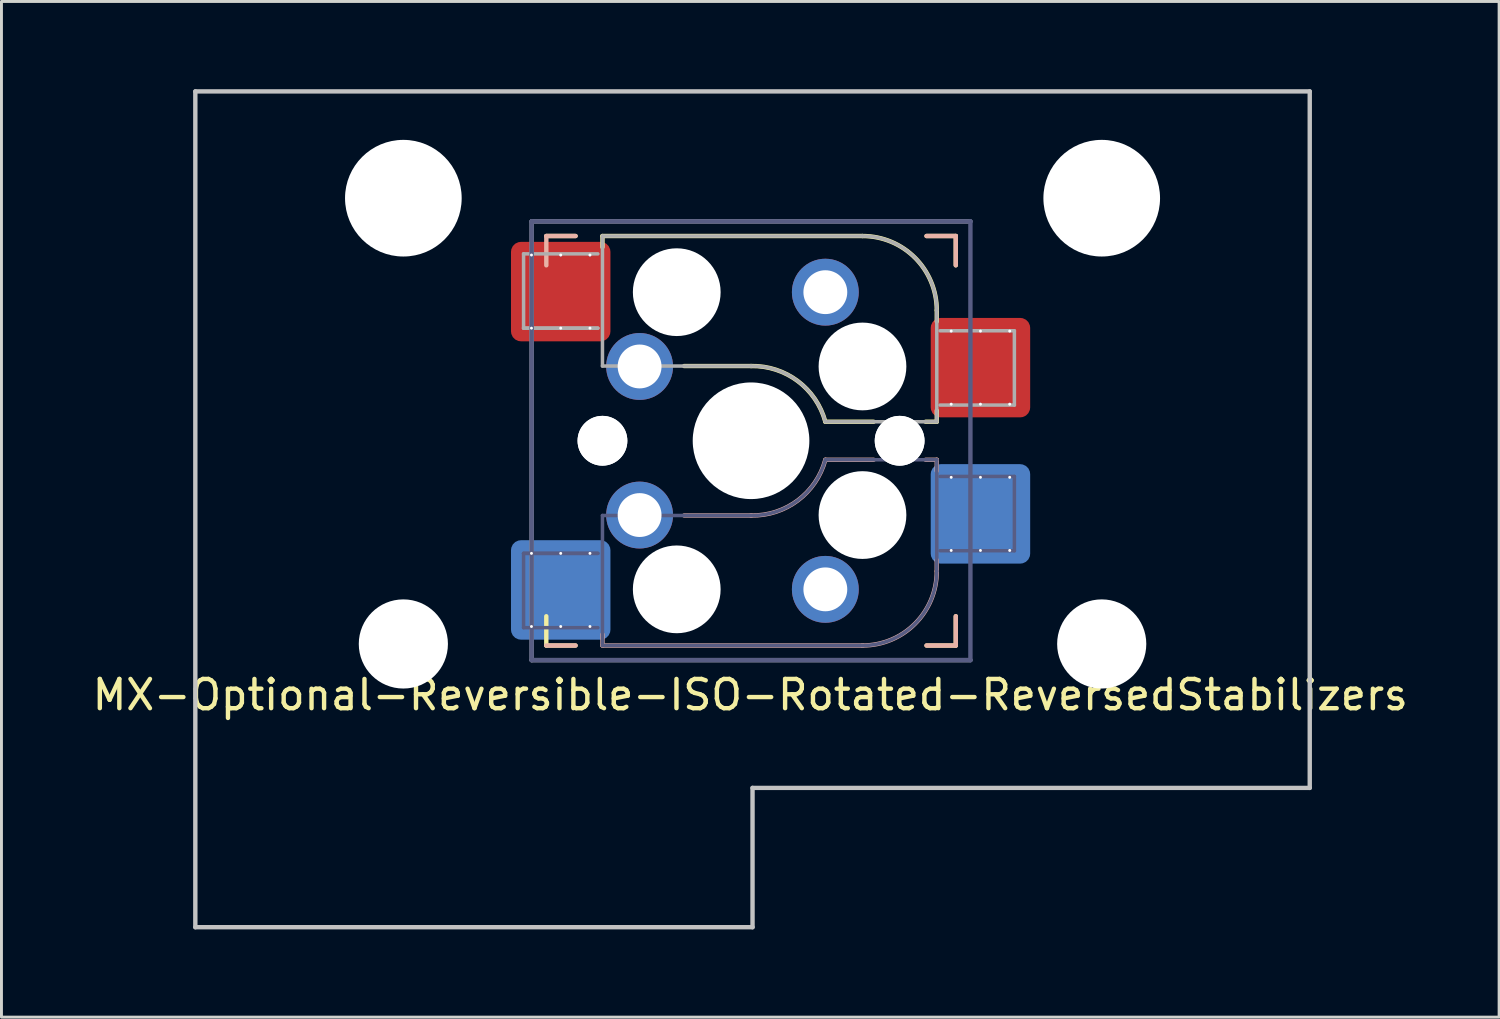
<source format=kicad_pcb>
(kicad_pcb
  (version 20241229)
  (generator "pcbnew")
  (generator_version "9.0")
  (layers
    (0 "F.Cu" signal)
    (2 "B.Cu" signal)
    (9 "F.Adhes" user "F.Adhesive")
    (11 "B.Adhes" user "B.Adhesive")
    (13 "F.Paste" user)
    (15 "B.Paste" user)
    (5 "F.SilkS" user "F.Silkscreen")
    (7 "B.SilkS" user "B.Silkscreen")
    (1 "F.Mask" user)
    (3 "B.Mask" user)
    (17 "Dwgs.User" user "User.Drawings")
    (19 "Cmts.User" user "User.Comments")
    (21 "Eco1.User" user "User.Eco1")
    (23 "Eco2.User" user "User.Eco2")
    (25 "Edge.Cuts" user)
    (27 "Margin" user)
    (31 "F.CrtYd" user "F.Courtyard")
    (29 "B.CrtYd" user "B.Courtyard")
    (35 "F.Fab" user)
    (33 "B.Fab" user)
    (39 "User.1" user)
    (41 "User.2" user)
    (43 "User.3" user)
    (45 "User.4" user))
  (footprint "MX-Optional-Reversible-ISO-Rotated-ReversedStabilizers"
    (layer "F.Cu")
    (at 22.678 11.981)
    (property "Reference" "MX-Optional-Reversible-ISO-Rotated-ReversedStabilizers" (at -0.077 8.726 180) (layer "F.SilkS") (effects (font (size 1 1) (thickness 0.15))))
    (attr smd)
    (fp_rect (start -8.258 -6.062) (end -4.858 -4.062) (stroke (width 0.1) (type solid)) (fill yes) (layer "F.Mask"))
    (fp_rect (start 6.092 -3.462) (end 9.492 -1.462) (stroke (width 0.1) (type solid)) (fill yes) (layer "F.Mask"))
    (fp_rect (start -4.858 4.138) (end -8.258 6.138) (stroke (width 0.1) (type solid)) (fill yes) (layer "B.Mask"))
    (fp_rect (start 9.492 1.538) (end 6.092 3.538) (stroke (width 0.1) (type solid)) (fill yes) (layer "B.Mask"))
    (fp_line (start -7.051 -6.962) (end -6.051 -6.962) (stroke (width 0.15) (type solid)) (layer "F.SilkS"))
    (fp_line (start -7.051 7.038) (end -7.051 6.038) (stroke (width 0.15) (type solid)) (layer "F.SilkS"))
    (fp_line (start -6.051 7.038) (end -7.051 7.038) (stroke (width 0.15) (type solid)) (layer "F.SilkS"))
    (fp_line (start -5.131 -6.581) (end -5.131 -6.962) (stroke (width 0.15) (type solid)) (layer "F.SilkS"))
    (fp_line (start -2.337 -2.517) (end -0.051 -2.517) (stroke (width 0.15) (type solid)) (layer "F.SilkS"))
    (fp_line (start 2.489 -0.612) (end 4.14 -0.612) (stroke (width 0.15) (type solid)) (layer "F.SilkS"))
    (fp_line (start 3.759 -6.962) (end -5.131 -6.962) (stroke (width 0.15) (type solid)) (layer "F.SilkS"))
    (fp_line (start 5.918 -0.612) (end 6.299 -0.612) (stroke (width 0.15) (type solid)) (layer "F.SilkS"))
    (fp_line (start 5.949 -6.962) (end 6.949 -6.962) (stroke (width 0.15) (type solid)) (layer "F.SilkS"))
    (fp_line (start 6.299 -4.041) (end 6.299 -4.422) (stroke (width 0.15) (type solid)) (layer "F.SilkS"))
    (fp_line (start 6.299 -0.612) (end 6.299 -0.993) (stroke (width 0.15) (type solid)) (layer "F.SilkS"))
    (fp_line (start 6.949 -6.962) (end 6.949 -5.962) (stroke (width 0.15) (type solid)) (layer "F.SilkS"))
    (fp_line (start 6.949 6.038) (end 6.949 7.038) (stroke (width 0.15) (type solid)) (layer "F.SilkS"))
    (fp_line (start 6.949 7.038) (end 5.949 7.038) (stroke (width 0.15) (type solid)) (layer "F.SilkS"))
    (fp_arc (start -0.05085 -2.51696) (mid 1.54712 -2.001754) (end 2.48915 -0.61196) (stroke (width 0.15) (type solid)) (layer "F.SilkS"))
    (fp_arc (start 3.75915 -6.96196) (mid 5.555201 -6.218011) (end 6.29915 -4.42196) (stroke (width 0.15) (type solid)) (layer "F.SilkS"))
    (fp_line (start -7.051 -6.962) (end -6.051 -6.962) (stroke (width 0.15) (type solid)) (layer "B.SilkS"))
    (fp_line (start -7.05 -6.96) (end -7.05 -5.96) (stroke (width 0.15) (type solid)) (layer "B.SilkS"))
    (fp_line (start -6.051 7.038) (end -7.051 7.038) (stroke (width 0.15) (type solid)) (layer "B.SilkS"))
    (fp_line (start -5.131 7.038) (end -5.131 6.657) (stroke (width 0.15) (type solid)) (layer "B.SilkS"))
    (fp_line (start -5.131 7.038) (end 3.759 7.038) (stroke (width 0.15) (type solid)) (layer "B.SilkS"))
    (fp_line (start -0.051 2.593) (end -2.337 2.593) (stroke (width 0.15) (type solid)) (layer "B.SilkS"))
    (fp_line (start 4.14 0.688) (end 2.489 0.688) (stroke (width 0.15) (type solid)) (layer "B.SilkS"))
    (fp_line (start 5.949 -6.962) (end 6.949 -6.962) (stroke (width 0.15) (type solid)) (layer "B.SilkS"))
    (fp_line (start 6.299 0.688) (end 5.918 0.688) (stroke (width 0.15) (type solid)) (layer "B.SilkS"))
    (fp_line (start 6.299 1.069) (end 6.299 0.688) (stroke (width 0.15) (type solid)) (layer "B.SilkS"))
    (fp_line (start 6.299 4.498) (end 6.299 4.117) (stroke (width 0.15) (type solid)) (layer "B.SilkS"))
    (fp_line (start 6.949 -6.962) (end 6.949 -5.962) (stroke (width 0.15) (type solid)) (layer "B.SilkS"))
    (fp_line (start 6.949 6.038) (end 6.949 7.038) (stroke (width 0.15) (type solid)) (layer "B.SilkS"))
    (fp_line (start 6.949 7.038) (end 5.949 7.038) (stroke (width 0.15) (type solid)) (layer "B.SilkS"))
    (fp_arc (start 2.48915 0.68804) (mid 1.547119 2.077831) (end -0.05085 2.59304) (stroke (width 0.15) (type solid)) (layer "B.SilkS"))
    (fp_arc (start 6.29915 4.49804) (mid 5.555201 6.294091) (end 3.75915 7.03804) (stroke (width 0.15) (type solid)) (layer "B.SilkS"))
    (fp_line (start -19.05 -11.906) (end 19.05 -11.906) (stroke (width 0.15) (type solid)) (layer "Dwgs.User"))
    (fp_line (start -19.05 16.669) (end -19.05 -11.906) (stroke (width 0.15) (type solid)) (layer "Dwgs.User"))
    (fp_line (start -19.05 16.669) (end 0 16.669) (stroke (width 0.15) (type solid)) (layer "Dwgs.User"))
    (fp_line (start 0 11.906) (end 0 16.669) (stroke (width 0.15) (type solid)) (layer "Dwgs.User"))
    (fp_line (start 19.05 11.906) (end 0 11.906) (stroke (width 0.15) (type solid)) (layer "Dwgs.User"))
    (fp_line (start 19.05 11.906) (end 19.05 -11.906) (stroke (width 0.15) (type solid)) (layer "Dwgs.User"))
    (fp_line (start -6.951 6.938) (end 6.849 6.938) (stroke (width 0.15) (type solid)) (layer "Eco2.User"))
    (fp_line (start -6.95 -6.86) (end -6.95 6.94) (stroke (width 0.15) (type solid)) (layer "Eco2.User"))
    (fp_line (start 6.848 6.94) (end 6.848 -6.86) (stroke (width 0.15) (type solid)) (layer "Eco2.User"))
    (fp_line (start 6.849 -6.862) (end -6.951 -6.862) (stroke (width 0.15) (type solid)) (layer "Eco2.User"))
    (fp_line (start -7.828 3.888) (end -7.828 6.428) (stroke (width 0.12) (type solid)) (layer "B.Fab"))
    (fp_line (start -7.828 6.428) (end -5.288 6.428) (stroke (width 0.12) (type solid)) (layer "B.Fab"))
    (fp_line (start -7.551 -7.462) (end 7.449 -7.462) (stroke (width 0.15) (type solid)) (layer "B.Fab"))
    (fp_line (start -7.551 7.538) (end -7.551 -7.462) (stroke (width 0.15) (type solid)) (layer "B.Fab"))
    (fp_line (start -5.288 3.888) (end -7.828 3.888) (stroke (width 0.12) (type solid)) (layer "B.Fab"))
    (fp_line (start -5.288 3.888) (end -7.828 3.888) (stroke (width 0.12) (type solid)) (layer "B.Fab"))
    (fp_line (start -5.131 2.593) (end -5.131 7.038) (stroke (width 0.12) (type solid)) (layer "B.Fab"))
    (fp_line (start -5.131 7.038) (end 3.759 7.038) (stroke (width 0.12) (type solid)) (layer "B.Fab"))
    (fp_line (start -0.051 2.593) (end -5.131 2.593) (stroke (width 0.12) (type solid)) (layer "B.Fab"))
    (fp_line (start 6.299 0.688) (end 2.489 0.688) (stroke (width 0.12) (type solid)) (layer "B.Fab"))
    (fp_line (start 6.299 4.498) (end 6.299 0.688) (stroke (width 0.12) (type solid)) (layer "B.Fab"))
    (fp_line (start 6.412 3.798) (end 8.952 3.798) (stroke (width 0.12) (type solid)) (layer "B.Fab"))
    (fp_line (start 7.449 -7.462) (end 7.449 7.538) (stroke (width 0.15) (type solid)) (layer "B.Fab"))
    (fp_line (start 7.449 7.538) (end -7.551 7.538) (stroke (width 0.15) (type solid)) (layer "B.Fab"))
    (fp_line (start 8.952 1.258) (end 6.412 1.258) (stroke (width 0.12) (type solid)) (layer "B.Fab"))
    (fp_line (start 8.952 3.798) (end 8.952 1.258) (stroke (width 0.12) (type solid)) (layer "B.Fab"))
    (fp_arc (start 2.48915 0.68804) (mid 1.547122 2.077836) (end -0.05085 2.59304) (stroke (width 0.12) (type solid)) (layer "B.Fab"))
    (fp_arc (start 6.29915 4.49804) (mid 5.555201 6.294091) (end 3.75915 7.03804) (stroke (width 0.12) (type solid)) (layer "B.Fab"))
    (fp_line (start -7.828 -6.352) (end -7.828 -3.812) (stroke (width 0.12) (type solid)) (layer "F.Fab"))
    (fp_line (start -7.828 -3.812) (end -5.288 -3.812) (stroke (width 0.12) (type solid)) (layer "F.Fab"))
    (fp_line (start -7.828 -3.812) (end -5.288 -3.812) (stroke (width 0.12) (type solid)) (layer "F.Fab"))
    (fp_line (start -7.551 -7.462) (end 7.449 -7.462) (stroke (width 0.15) (type solid)) (layer "F.Fab"))
    (fp_line (start -7.551 7.538) (end -7.551 -7.462) (stroke (width 0.15) (type solid)) (layer "F.Fab"))
    (fp_line (start -5.288 -6.352) (end -7.828 -6.352) (stroke (width 0.12) (type solid)) (layer "F.Fab"))
    (fp_line (start -5.131 -6.962) (end -5.131 -2.517) (stroke (width 0.12) (type solid)) (layer "F.Fab"))
    (fp_line (start -5.131 -2.517) (end -0.051 -2.517) (stroke (width 0.12) (type solid)) (layer "F.Fab"))
    (fp_line (start 2.489 -0.612) (end 6.299 -0.612) (stroke (width 0.12) (type solid)) (layer "F.Fab"))
    (fp_line (start 3.759 -6.962) (end -5.131 -6.962) (stroke (width 0.12) (type solid)) (layer "F.Fab"))
    (fp_line (start 6.299 -0.612) (end 6.299 -4.422) (stroke (width 0.12) (type solid)) (layer "F.Fab"))
    (fp_line (start 6.412 -1.182) (end 8.952 -1.182) (stroke (width 0.12) (type solid)) (layer "F.Fab"))
    (fp_line (start 7.449 7.538) (end -7.551 7.538) (stroke (width 0.15) (type solid)) (layer "F.Fab"))
    (fp_line (start 8.952 -3.722) (end 6.412 -3.722) (stroke (width 0.12) (type solid)) (layer "F.Fab"))
    (fp_line (start 8.952 -1.182) (end 8.952 -3.722) (stroke (width 0.12) (type solid)) (layer "F.Fab"))
    (fp_arc (start -0.05085 -2.51696) (mid 1.547122 -2.001755) (end 2.48915 -0.61196) (stroke (width 0.12) (type solid)) (layer "F.Fab"))
    (fp_arc (start 3.75915 -6.96196) (mid 5.555201 -6.218011) (end 6.29915 -4.42196) (stroke (width 0.12) (type solid)) (layer "F.Fab"))
    (pad "" np_thru_hole circle (at -11.938 -8.255) (size 3.988 3.988) (drill 3.988) (layers "*.Cu" "*.Mask"))
    (pad "" np_thru_hole circle (at -11.938 6.985) (size 3.048 3.048) (drill 3.048) (layers "*.Cu" "*.Mask"))
    (pad "" np_thru_hole circle (at -5.131 0.038) (size 1.702 1.702) (drill 1.702) (layers "*.Cu" "*.Mask"))
    (pad "" np_thru_hole circle (at -5.131 0.038 180) (size 1.702 1.702) (drill 1.702) (layers "*.Cu" "*.Mask"))
    (pad "" np_thru_hole circle (at -2.591 -5.042) (size 3 3) (drill 3) (layers "*.Cu" "*.Mask"))
    (pad "" np_thru_hole circle (at -2.591 5.118 180) (size 3 3) (drill 3) (layers "*.Cu" "*.Mask"))
    (pad "" np_thru_hole circle (at -0.051 0.038) (size 3.988 3.988) (drill 3.988) (layers "*.Cu" "*.Mask"))
    (pad "" np_thru_hole circle (at 3.759 -2.502) (size 3 3) (drill 3) (layers "*.Cu" "*.Mask"))
    (pad "" np_thru_hole circle (at 3.759 2.578 180) (size 3 3) (drill 3) (layers "*.Cu" "*.Mask"))
    (pad "" np_thru_hole circle (at 5.029 0.038) (size 1.702 1.702) (drill 1.702) (layers "*.Cu" "*.Mask"))
    (pad "" np_thru_hole circle (at 5.029 0.038 180) (size 1.702 1.702) (drill 1.702) (layers "*.Cu" "*.Mask"))
    (pad "" np_thru_hole circle (at 11.938 -8.255) (size 3.988 3.988) (drill 3.988) (layers "*.Cu" "*.Mask"))
    (pad "" np_thru_hole circle (at 11.938 6.985) (size 3.048 3.048) (drill 3.048) (layers "*.Cu" "*.Mask"))
    (pad "1" thru_hole circle (at -7.558 -6.312 270) (size 0.1 0.1) (drill 0.3) (layers "*.Cu" "*.Mask"))
    (pad "1" thru_hole circle (at -7.558 -3.812 270) (size 0.1 0.1) (drill 0.3) (layers "*.Cu" "*.Mask"))
    (pad "1" thru_hole circle (at -7.558 3.888 270) (size 0.1 0.1) (drill 0.3) (layers "*.Cu" "*.Mask"))
    (pad "1" thru_hole circle (at -7.558 6.388 270) (size 0.1 0.1) (drill 0.3) (layers "*.Cu" "*.Mask"))
    (pad "1" thru_hole circle (at -6.558 -6.312 270) (size 0.1 0.1) (drill 0.3) (layers "*.Cu"))
    (pad "1" smd roundrect (at -6.558 -5.062 180) (size 3.4 3.4) (property pad_prop_bga) (layers "F.Cu" "F.Paste") (roundrect_rratio 0.1))
    (pad "1" thru_hole circle (at -6.558 -3.812 270) (size 0.1 0.1) (drill 0.3) (layers "*.Cu" "*.Mask"))
    (pad "1" thru_hole circle (at -6.558 3.888 270) (size 0.1 0.1) (drill 0.3) (layers "*.Cu" "*.Mask"))
    (pad "1" smd roundrect (at -6.558 5.138) (size 3.4 3.4) (property pad_prop_bga) (layers "B.Cu" "B.Paste") (roundrect_rratio 0.1))
    (pad "1" thru_hole circle (at -6.558 6.388 270) (size 0.1 0.1) (drill 0.3) (layers "*.Cu"))
    (pad "1" thru_hole circle (at -5.558 -6.312 270) (size 0.1 0.1) (drill 0.3) (layers "*.Cu"))
    (pad "1" thru_hole circle (at -5.558 -3.812 270) (size 0.1 0.1) (drill 0.3) (layers "*.Cu" "*.Mask"))
    (pad "1" thru_hole circle (at -5.558 3.888 270) (size 0.1 0.1) (drill 0.3) (layers "*.Cu" "*.Mask"))
    (pad "1" thru_hole circle (at -5.558 6.388 270) (size 0.1 0.1) (drill 0.3) (layers "*.Cu"))
    (pad "1" thru_hole circle (at -3.861 -2.502) (size 2.286 2.286) (drill 1.499) (layers "*.Cu" "*.Mask"))
    (pad "1" thru_hole circle (at -3.861 2.578 180) (size 2.286 2.286) (drill 1.499) (layers "*.Cu" "*.Mask"))
    (pad "2" thru_hole circle (at 2.489 -5.042) (size 2.286 2.286) (drill 1.499) (layers "*.Cu" "*.Mask"))
    (pad "2" thru_hole circle (at 2.489 5.118 180) (size 2.286 2.286) (drill 1.499) (layers "*.Cu" "*.Mask"))
    (pad "2" thru_hole circle (at 6.792 -3.712 270) (size 0.1 0.1) (drill 0.3) (layers "*.Cu" "*.Mask"))
    (pad "2" thru_hole circle (at 6.792 -1.212 270) (size 0.1 0.1) (drill 0.3) (layers "*.Cu" "*.Mask"))
    (pad "2" thru_hole circle (at 6.792 1.288 270) (size 0.1 0.1) (drill 0.3) (layers "*.Cu" "*.Mask"))
    (pad "2" thru_hole circle (at 6.792 3.788 270) (size 0.1 0.1) (drill 0.3) (layers "*.Cu" "*.Mask"))
    (pad "2" thru_hole circle (at 7.792 -3.712 270) (size 0.1 0.1) (drill 0.3) (layers "*.Cu"))
    (pad "2" smd roundrect (at 7.792 -2.462 180) (size 3.4 3.4) (property pad_prop_bga) (layers "F.Cu" "F.Paste") (roundrect_rratio 0.1))
    (pad "2" thru_hole circle (at 7.792 -1.212 270) (size 0.1 0.1) (drill 0.3) (layers "*.Cu" "*.Mask"))
    (pad "2" thru_hole circle (at 7.792 1.288 270) (size 0.1 0.1) (drill 0.3) (layers "*.Cu" "*.Mask"))
    (pad "2" smd roundrect (at 7.792 2.538) (size 3.4 3.4) (property pad_prop_bga) (layers "B.Cu" "B.Paste") (roundrect_rratio 0.1))
    (pad "2" thru_hole circle (at 7.792 3.788 270) (size 0.1 0.1) (drill 0.3) (layers "*.Cu"))
    (pad "2" thru_hole circle (at 8.792 -3.712 270) (size 0.1 0.1) (drill 0.3) (layers "*.Cu"))
    (pad "2" thru_hole circle (at 8.792 -1.212 270) (size 0.1 0.1) (drill 0.3) (layers "*.Cu" "*.Mask"))
    (pad "2" thru_hole circle (at 8.792 1.288 270) (size 0.1 0.1) (drill 0.3) (layers "*.Cu" "*.Mask"))
    (pad "2" thru_hole circle (at 8.792 3.788 270) (size 0.1 0.1) (drill 0.3) (layers "*.Cu")))
  (gr_rect
    (start -3 -3)
    (end 48.202 31.725)
    (stroke (width 0.1) (type default))
    (fill no)
    (layer "Edge.Cuts")))
</source>
